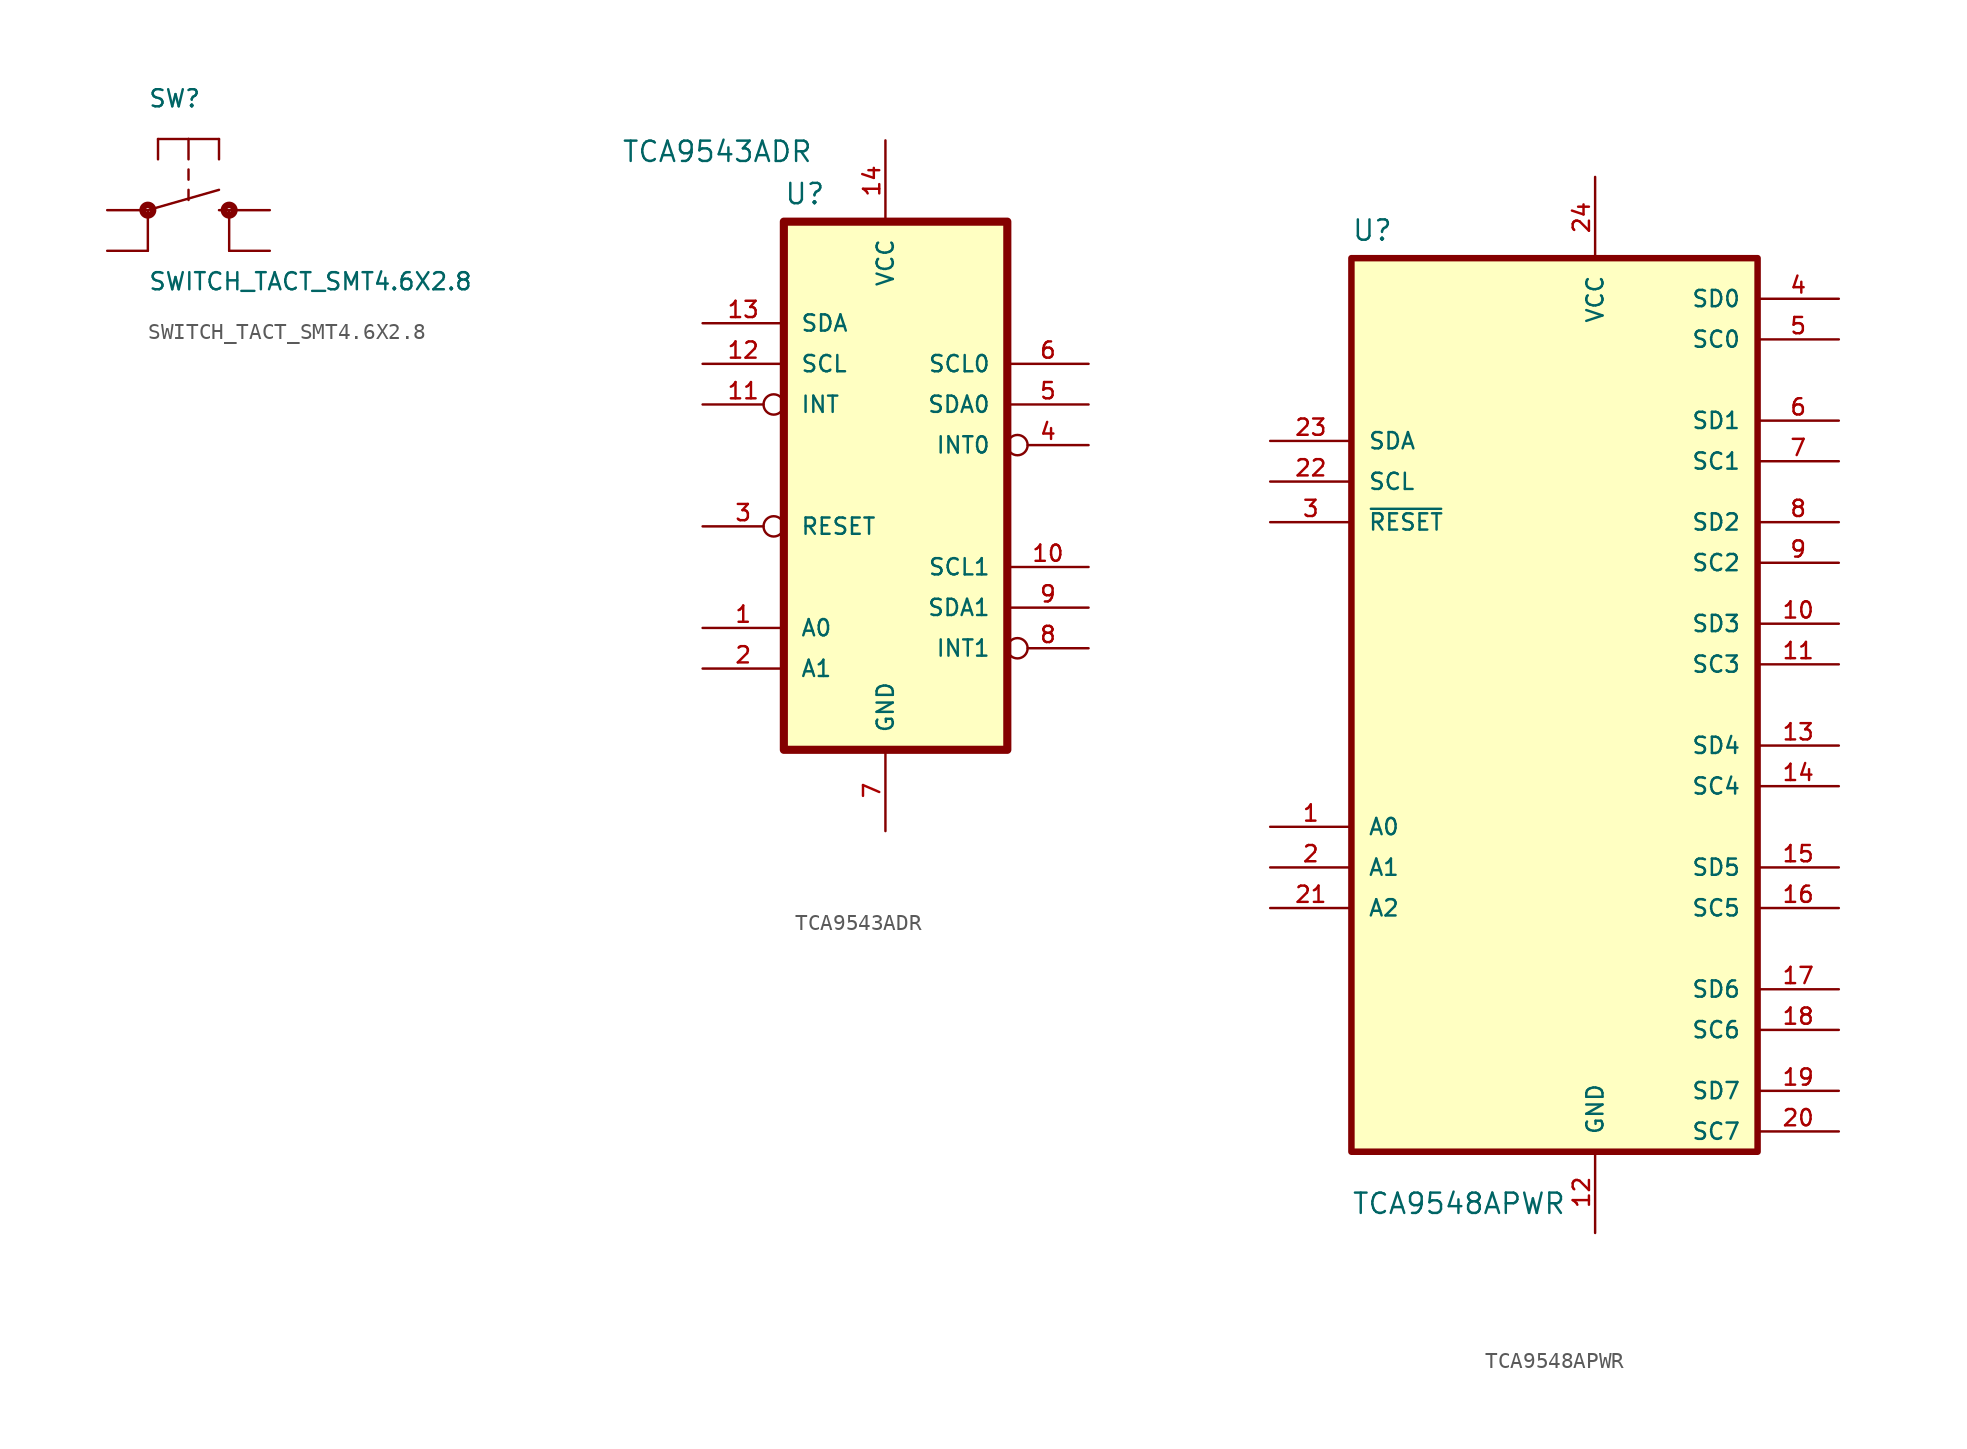
<source format=kicad_sym>
(kicad_symbol_lib
  (version 20241209)
  (generator "kicad_symbol_editor")
  (generator_version "9.0")
  (symbol "SWITCH_TACT_SMT4.6X2.8"
    (pin_names
      (offset 1.016))
    (property "Reference" "SW"
      (at -2.54 6.35 0)
      (effects (font (size 1.067 1.067)) (justify left bottom)))
    (property "Value" "SWITCH_TACT_SMT4.6X2.8"
      (at -2.54 -5.08 0)
      (effects (font (size 1.067 1.067)) (justify left bottom)))
    (symbol "SWITCH_TACT_SMT4.6X2.8_1_0"
      (circle (center -2.54 0) (radius 0.127) (stroke (width 0.406) (type solid)) (fill (type none)))
      (polyline (pts (xy -2.54 0) (xy 1.905 1.27)) (stroke (width 0) (type solid)) (fill (type none)))
      (polyline (pts (xy -2.54 -2.54) (xy -2.54 0)) (stroke (width 0) (type solid)) (fill (type none)))
      (polyline (pts (xy -1.905 4.445) (xy -1.905 3.175)) (stroke (width 0) (type solid)) (fill (type none)))
      (polyline (pts (xy 0 4.445) (xy -1.905 4.445)) (stroke (width 0) (type solid)) (fill (type none)))
      (polyline (pts (xy 0 4.445) (xy 0 3.175)) (stroke (width 0) (type solid)) (fill (type none)))
      (polyline (pts (xy 0 2.54) (xy 0 1.905)) (stroke (width 0) (type solid)) (fill (type none)))
      (polyline (pts (xy 0 1.27) (xy 0 0.635)) (stroke (width 0) (type solid)) (fill (type none)))
      (polyline (pts (xy 1.905 4.445) (xy 0 4.445)) (stroke (width 0) (type solid)) (fill (type none)))
      (polyline (pts (xy 1.905 4.445) (xy 1.905 3.175)) (stroke (width 0) (type solid)) (fill (type none)))
      (polyline (pts (xy 1.905 0) (xy 2.54 0)) (stroke (width 0) (type solid)) (fill (type none)))
      (circle (center 2.54 0) (radius 0.127) (stroke (width 0.406) (type solid)) (fill (type none)))
      (polyline (pts (xy 2.54 -2.54) (xy 2.54 0)) (stroke (width 0) (type solid)) (fill (type none)))
      (pin passive line (at -5.08 0 0) (length 2.54) (name "P" (effects (font (size 0 0)))) (number "A" (effects (font (size 0 0)))))
      (pin passive line (at -5.08 -2.54 0) (length 2.54) (name "P1" (effects (font (size 0 0)))) (number "A'" (effects (font (size 0 0)))))
      (pin passive line (at 5.08 0 180) (length 2.54) (name "S" (effects (font (size 0 0)))) (number "B" (effects (font (size 0 0)))))
      (pin passive line (at 5.08 -2.54 180) (length 2.54) (name "S1" (effects (font (size 0 0)))) (number "B'" (effects (font (size 0 0)))))))
  (symbol "TCA9543ADR"
    (pin_names
      (offset 1.016))
    (property "Reference" "U"
      (at -6.35 17.501 0)
      (effects (font (size 1.27 1.27)) (justify left bottom)))
    (property "Value" "TCA9543ADR"
      (at -16.51 20.142 0)
      (effects (font (size 1.27 1.27)) (justify left bottom)))
    (symbol "TCA9543ADR_0_0"
      (pin bidirectional line (at -11.43 10.16 0) (length 5.08) (name "SDA" (effects (font (size 1.016 1.016)))) (number "13" (effects (font (size 1.016 1.016)))))
      (pin bidirectional line (at -11.43 7.62 0) (length 5.08) (name "SCL" (effects (font (size 1.016 1.016)))) (number "12" (effects (font (size 1.016 1.016)))))
      (pin output inverted (at -11.43 5.08 0) (length 5.08) (name "INT" (effects (font (size 1.016 1.016)))) (number "11" (effects (font (size 1.016 1.016)))))
      (pin input inverted (at -11.43 -2.54 0) (length 5.08) (name "RESET" (effects (font (size 1.016 1.016)))) (number "3" (effects (font (size 1.016 1.016)))))
      (pin input line (at -11.43 -8.89 0) (length 5.08) (name "A0" (effects (font (size 1.016 1.016)))) (number "1" (effects (font (size 1.016 1.016)))))
      (pin input line (at -11.43 -11.43 0) (length 5.08) (name "A1" (effects (font (size 1.016 1.016)))) (number "2" (effects (font (size 1.016 1.016)))))
      (pin power_in line (at 0 21.59 270) (length 5.08) (name "VCC" (effects (font (size 1.016 1.016)))) (number "14" (effects (font (size 1.016 1.016)))))
      (pin power_in line (at 0 -21.59 90) (length 5.08) (name "GND" (effects (font (size 1.016 1.016)))) (number "7" (effects (font (size 1.016 1.016)))))
      (pin bidirectional line (at 12.7 7.62 180) (length 5.08) (name "SCL0" (effects (font (size 1.016 1.016)))) (number "6" (effects (font (size 1.016 1.016)))))
      (pin bidirectional line (at 12.7 5.08 180) (length 5.08) (name "SDA0" (effects (font (size 1.016 1.016)))) (number "5" (effects (font (size 1.016 1.016)))))
      (pin input inverted (at 12.7 2.54 180) (length 5.08) (name "INT0" (effects (font (size 1.016 1.016)))) (number "4" (effects (font (size 1.016 1.016)))))
      (pin bidirectional line (at 12.7 -5.08 180) (length 5.08) (name "SCL1" (effects (font (size 1.016 1.016)))) (number "10" (effects (font (size 1.016 1.016)))))
      (pin bidirectional line (at 12.7 -7.62 180) (length 5.08) (name "SDA1" (effects (font (size 1.016 1.016)))) (number "9" (effects (font (size 1.016 1.016)))))
      (pin input inverted (at 12.7 -10.16 180) (length 5.08) (name "INT1" (effects (font (size 1.016 1.016)))) (number "8" (effects (font (size 1.016 1.016))))))
    (symbol "TCA9543ADR_1_1"
      (rectangle (start -6.35 16.51) (end 7.62 -16.51) (stroke (width 0.508) (type solid)) (fill (type background)))))
  (symbol "TCA9548APWR"
    (pin_names
      (offset 1.016))
    (property "Reference" "U"
      (at -12.7 28.931 0)
      (effects (font (size 1.27 1.27)) (justify left bottom)))
    (property "Value" "TCA9548APWR"
      (at -12.7 -31.928 0)
      (effects (font (size 1.27 1.27)) (justify left bottom)))
    (symbol "TCA9548APWR_0_0"
      (rectangle (start -12.7 -27.94) (end 12.7 27.94) (stroke (width 0.406) (type solid)) (fill (type background)))
      (pin bidirectional line (at -17.78 16.51 0) (length 5.08) (name "SDA" (effects (font (size 1.016 1.016)))) (number "23" (effects (font (size 1.016 1.016)))))
      (pin input line (at -17.78 13.97 0) (length 5.08) (name "SCL" (effects (font (size 1.016 1.016)))) (number "22" (effects (font (size 1.016 1.016)))))
      (pin input line (at -17.78 11.43 0) (length 5.08) (name "~{RESET}" (effects (font (size 1.016 1.016)))) (number "3" (effects (font (size 1.016 1.016)))))
      (pin input line (at -17.78 -7.62 0) (length 5.08) (name "A0" (effects (font (size 1.016 1.016)))) (number "1" (effects (font (size 1.016 1.016)))))
      (pin input line (at -17.78 -10.16 0) (length 5.08) (name "A1" (effects (font (size 1.016 1.016)))) (number "2" (effects (font (size 1.016 1.016)))))
      (pin input line (at -17.78 -12.7 0) (length 5.08) (name "A2" (effects (font (size 1.016 1.016)))) (number "21" (effects (font (size 1.016 1.016)))))
      (pin power_in line (at 2.54 33.02 270) (length 5.08) (name "VCC" (effects (font (size 1.016 1.016)))) (number "24" (effects (font (size 1.016 1.016)))))
      (pin power_in line (at 2.54 -33.02 90) (length 5.08) (name "GND" (effects (font (size 1.016 1.016)))) (number "12" (effects (font (size 1.016 1.016)))))
      (pin bidirectional line (at 17.78 25.4 180) (length 5.08) (name "SD0" (effects (font (size 1.016 1.016)))) (number "4" (effects (font (size 1.016 1.016)))))
      (pin bidirectional line (at 17.78 22.86 180) (length 5.08) (name "SC0" (effects (font (size 1.016 1.016)))) (number "5" (effects (font (size 1.016 1.016)))))
      (pin bidirectional line (at 17.78 17.78 180) (length 5.08) (name "SD1" (effects (font (size 1.016 1.016)))) (number "6" (effects (font (size 1.016 1.016)))))
      (pin bidirectional line (at 17.78 15.24 180) (length 5.08) (name "SC1" (effects (font (size 1.016 1.016)))) (number "7" (effects (font (size 1.016 1.016)))))
      (pin bidirectional line (at 17.78 11.43 180) (length 5.08) (name "SD2" (effects (font (size 1.016 1.016)))) (number "8" (effects (font (size 1.016 1.016)))))
      (pin bidirectional line (at 17.78 8.89 180) (length 5.08) (name "SC2" (effects (font (size 1.016 1.016)))) (number "9" (effects (font (size 1.016 1.016)))))
      (pin bidirectional line (at 17.78 5.08 180) (length 5.08) (name "SD3" (effects (font (size 1.016 1.016)))) (number "10" (effects (font (size 1.016 1.016)))))
      (pin bidirectional line (at 17.78 2.54 180) (length 5.08) (name "SC3" (effects (font (size 1.016 1.016)))) (number "11" (effects (font (size 1.016 1.016)))))
      (pin bidirectional line (at 17.78 -2.54 180) (length 5.08) (name "SD4" (effects (font (size 1.016 1.016)))) (number "13" (effects (font (size 1.016 1.016)))))
      (pin bidirectional line (at 17.78 -5.08 180) (length 5.08) (name "SC4" (effects (font (size 1.016 1.016)))) (number "14" (effects (font (size 1.016 1.016)))))
      (pin bidirectional line (at 17.78 -10.16 180) (length 5.08) (name "SD5" (effects (font (size 1.016 1.016)))) (number "15" (effects (font (size 1.016 1.016)))))
      (pin bidirectional line (at 17.78 -12.7 180) (length 5.08) (name "SC5" (effects (font (size 1.016 1.016)))) (number "16" (effects (font (size 1.016 1.016)))))
      (pin bidirectional line (at 17.78 -17.78 180) (length 5.08) (name "SD6" (effects (font (size 1.016 1.016)))) (number "17" (effects (font (size 1.016 1.016)))))
      (pin bidirectional line (at 17.78 -20.32 180) (length 5.08) (name "SC6" (effects (font (size 1.016 1.016)))) (number "18" (effects (font (size 1.016 1.016)))))
      (pin bidirectional line (at 17.78 -24.13 180) (length 5.08) (name "SD7" (effects (font (size 1.016 1.016)))) (number "19" (effects (font (size 1.016 1.016)))))
      (pin bidirectional line (at 17.78 -26.67 180) (length 5.08) (name "SC7" (effects (font (size 1.016 1.016)))) (number "20" (effects (font (size 1.016 1.016))))))))
</source>
